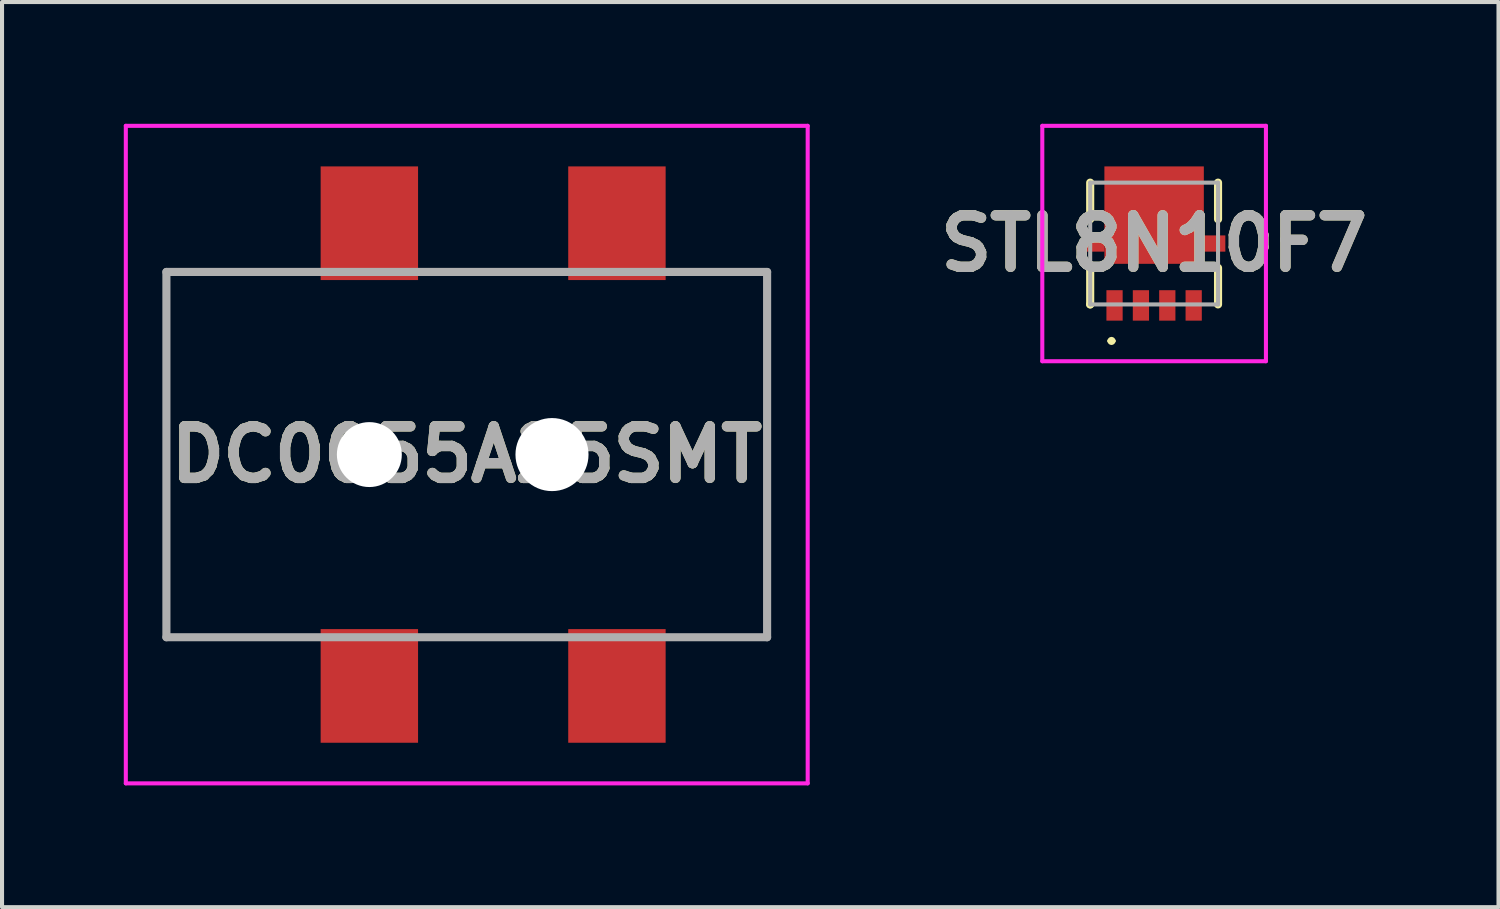
<source format=kicad_pcb>
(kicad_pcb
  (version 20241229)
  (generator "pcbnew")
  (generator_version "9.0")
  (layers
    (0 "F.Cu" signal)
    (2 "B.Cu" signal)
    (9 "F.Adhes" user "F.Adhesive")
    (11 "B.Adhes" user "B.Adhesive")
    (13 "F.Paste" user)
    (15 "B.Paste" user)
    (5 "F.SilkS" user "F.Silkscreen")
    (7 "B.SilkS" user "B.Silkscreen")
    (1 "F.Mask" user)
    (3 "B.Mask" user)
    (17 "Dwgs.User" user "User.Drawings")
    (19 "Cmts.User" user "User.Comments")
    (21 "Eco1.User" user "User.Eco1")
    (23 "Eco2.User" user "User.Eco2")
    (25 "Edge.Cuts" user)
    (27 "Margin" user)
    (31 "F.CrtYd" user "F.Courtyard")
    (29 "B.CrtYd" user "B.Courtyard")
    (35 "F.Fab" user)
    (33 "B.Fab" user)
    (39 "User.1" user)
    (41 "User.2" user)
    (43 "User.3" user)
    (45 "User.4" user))
  (footprint "DC0055A25SMT"
    (layer "F.Cu")
    (at 8.45 8.15)
    (property "Reference" "DC0055A25SMT" (at 0 0 0) (layer "F.SilkS") (effects (font (size 1.27 1.27) (thickness 0.254))))
    (attr through_hole)
    (fp_line (start -7.4 -4.5) (end -7.4 4.5) (stroke (width 0.1) (type solid)) (layer "F.SilkS"))
    (fp_line (start -7.4 4.5) (end -4.4 4.5) (stroke (width 0.1) (type solid)) (layer "F.SilkS"))
    (fp_line (start -4.4 -4.5) (end -7.4 -4.5) (stroke (width 0.1) (type solid)) (layer "F.SilkS"))
    (fp_line (start 5.6 4.5) (end 7.4 4.5) (stroke (width 0.1) (type solid)) (layer "F.SilkS"))
    (fp_line (start 7.4 -4.5) (end 5.6 -4.5) (stroke (width 0.1) (type solid)) (layer "F.SilkS"))
    (fp_line (start 7.4 4.5) (end 7.4 -4.5) (stroke (width 0.1) (type solid)) (layer "F.SilkS"))
    (fp_line (start -8.4 -8.1) (end 8.4 -8.1) (stroke (width 0.1) (type solid)) (layer "F.CrtYd"))
    (fp_line (start -8.4 8.1) (end -8.4 -8.1) (stroke (width 0.1) (type solid)) (layer "F.CrtYd"))
    (fp_line (start 8.4 -8.1) (end 8.4 8.1) (stroke (width 0.1) (type solid)) (layer "F.CrtYd"))
    (fp_line (start 8.4 8.1) (end -8.4 8.1) (stroke (width 0.1) (type solid)) (layer "F.CrtYd"))
    (fp_line (start -7.4 -4.5) (end 7.4 -4.5) (stroke (width 0.2) (type solid)) (layer "F.Fab"))
    (fp_line (start -7.4 4.5) (end -7.4 -4.5) (stroke (width 0.2) (type solid)) (layer "F.Fab"))
    (fp_line (start 7.4 -4.5) (end 7.4 4.5) (stroke (width 0.2) (type solid)) (layer "F.Fab"))
    (fp_line (start 7.4 4.5) (end -7.4 4.5) (stroke (width 0.2) (type solid)) (layer "F.Fab"))
    (fp_text user "${REFERENCE}" (at 0 0 0) (layer "F.Fab") (effects (font (size 1.27 1.27) (thickness 0.254))))
    (pad "" np_thru_hole circle (at -2.4 0) (size 1.6 1.6) (drill 1.6) (layers "*.Cu" "*.Mask"))
    (pad "" np_thru_hole circle (at 2.1 0) (size 1.8 1.8) (drill 1.8) (layers "*.Cu" "*.Mask"))
    (pad "2" smd rect (at -2.4 5.7) (size 2.4 2.8) (layers "F.Cu" "F.Mask" "F.Paste"))
    (pad "3" smd rect (at 3.7 5.7) (size 2.4 2.8) (layers "F.Cu" "F.Mask" "F.Paste"))
    (pad "A1" smd rect (at -2.4 -5.7) (size 2.4 2.8) (layers "F.Cu" "F.Mask" "F.Paste"))
    (pad "B1" smd rect (at 3.7 -5.7) (size 2.4 2.8) (layers "F.Cu" "F.Mask" "F.Paste")))
  (footprint "STL8N10F7"
    (layer "F.Cu")
    (at 25.385 2.95)
    (property "Reference" "STL8N10F7" (at 0 0 0) (layer "F.SilkS") (effects (font (size 1.27 1.27) (thickness 0.254))))
    (attr smd)
    (fp_line (start -1.575 -0.6) (end -1.575 -1.5) (stroke (width 0.2) (type solid)) (layer "F.SilkS"))
    (fp_line (start -1.575 0.6) (end -1.575 0.6) (stroke (width 0.2) (type solid)) (layer "F.SilkS"))
    (fp_line (start -1.575 0.6) (end -1.575 1.5) (stroke (width 0.2) (type solid)) (layer "F.SilkS"))
    (fp_line (start -1.575 1.5) (end -1.575 1.5) (stroke (width 0.2) (type solid)) (layer "F.SilkS"))
    (fp_line (start -1.1 2.4) (end -1.1 2.4) (stroke (width 0.1) (type solid)) (layer "F.SilkS"))
    (fp_line (start -1 2.4) (end -1 2.4) (stroke (width 0.1) (type solid)) (layer "F.SilkS"))
    (fp_line (start 1.575 -1.5) (end 1.575 -0.6) (stroke (width 0.2) (type solid)) (layer "F.SilkS"))
    (fp_line (start 1.575 0.6) (end 1.575 1.5) (stroke (width 0.2) (type solid)) (layer "F.SilkS"))
    (fp_arc (start -1.1 2.4) (mid -1.05 2.35) (end -1 2.4) (stroke (width 0.1) (type solid)) (layer "F.SilkS"))
    (fp_arc (start -1 2.4) (mid -1.05 2.45) (end -1.1 2.4) (stroke (width 0.1) (type solid)) (layer "F.SilkS"))
    (fp_line (start -2.755 -2.9) (end 2.755 -2.9) (stroke (width 0.1) (type solid)) (layer "F.CrtYd"))
    (fp_line (start -2.755 2.9) (end -2.755 -2.9) (stroke (width 0.1) (type solid)) (layer "F.CrtYd"))
    (fp_line (start 2.755 -2.9) (end 2.755 2.9) (stroke (width 0.1) (type solid)) (layer "F.CrtYd"))
    (fp_line (start 2.755 2.9) (end -2.755 2.9) (stroke (width 0.1) (type solid)) (layer "F.CrtYd"))
    (fp_line (start -1.575 -1.5) (end 1.575 -1.5) (stroke (width 0.1) (type solid)) (layer "F.Fab"))
    (fp_line (start -1.575 1.5) (end -1.575 -1.5) (stroke (width 0.1) (type solid)) (layer "F.Fab"))
    (fp_line (start 1.575 -1.5) (end 1.575 1.5) (stroke (width 0.1) (type solid)) (layer "F.Fab"))
    (fp_line (start 1.575 1.5) (end -1.575 1.5) (stroke (width 0.1) (type solid)) (layer "F.Fab"))
    (fp_text user "${REFERENCE}" (at 0 0 0) (layer "F.Fab") (effects (font (size 1.27 1.27) (thickness 0.254))))
    (pad "1" smd rect (at -0.975 1.525) (size 0.4 0.75) (layers "F.Cu" "F.Mask" "F.Paste"))
    (pad "2" smd rect (at -0.325 1.525) (size 0.4 0.75) (layers "F.Cu" "F.Mask" "F.Paste"))
    (pad "3" smd rect (at 0.325 1.525) (size 0.4 0.75) (layers "F.Cu" "F.Mask" "F.Paste"))
    (pad "4" smd rect (at 0.975 1.525) (size 0.4 0.75) (layers "F.Cu" "F.Mask" "F.Paste"))
    (pad "5" smd rect (at 0 -0.7 90) (size 2.4 2.45) (layers "F.Cu" "F.Mask" "F.Paste"))
    (pad "6" smd rect (at -1.49 0 90) (size 0.4 0.53) (layers "F.Cu" "F.Mask" "F.Paste"))
    (pad "7" smd rect (at 1.49 0 90) (size 0.4 0.53) (layers "F.Cu" "F.Mask" "F.Paste")))
  (gr_rect
    (start -3 -3)
    (end 33.87 19.3)
    (stroke (width 0.1) (type default))
    (fill no)
    (layer "Edge.Cuts")))
</source>
